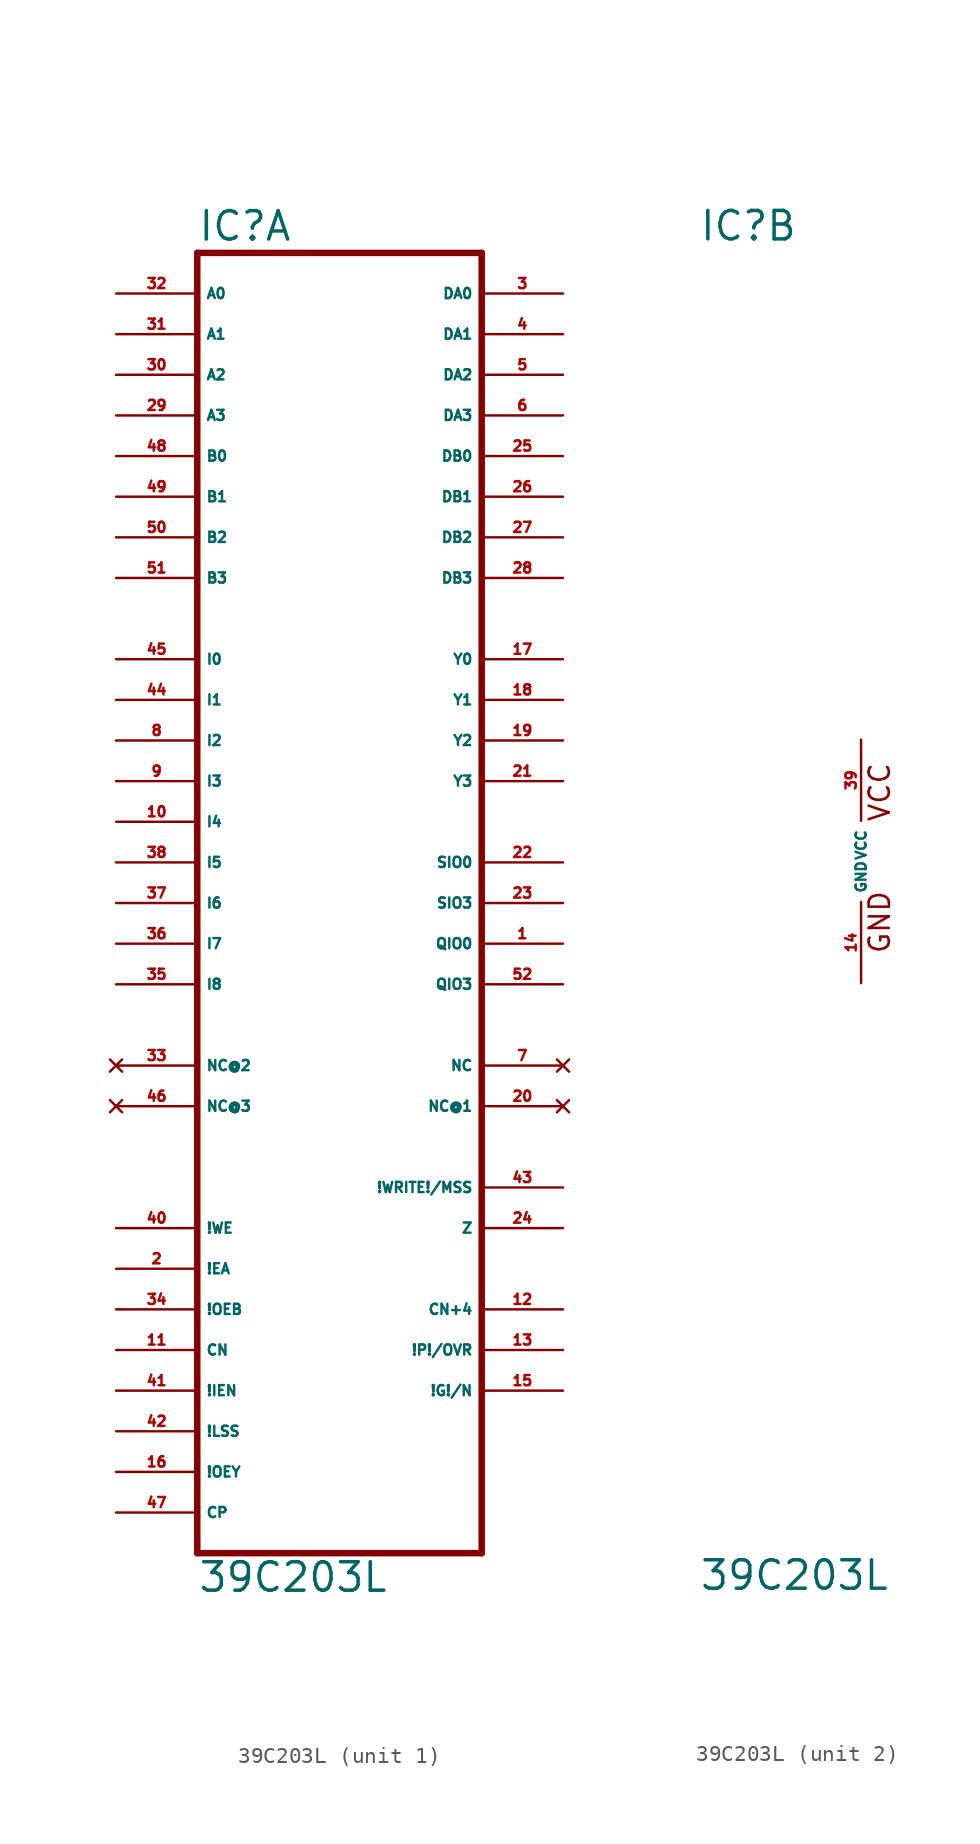
<source format=kicad_sym>
(kicad_symbol_lib
  (version 20220914)
  (generator Eagle2Kicad)
  (symbol "39C203L"
    (property "Reference" "IC"
      (at -10.16 38.735 0)
      (effects (font (size 1.778 1.778) (thickness 0.22)) (justify left bottom)))
    (property "Value" "39C203L"
      (at -10.16 -45.72 0)
      (effects (font (size 1.778 1.778) (thickness 0.22)) (justify left bottom)))
    (symbol "39C203L_1_0"
      (polyline (pts (xy -10.16 -43.18) (xy 7.62 -43.18)) (stroke (width 0.406) (type default)) (fill (type none)))
      (polyline (pts (xy 7.62 -43.18) (xy 7.62 38.1)) (stroke (width 0.406) (type default)) (fill (type none)))
      (polyline (pts (xy 7.62 38.1) (xy -10.16 38.1)) (stroke (width 0.406) (type default)) (fill (type none)))
      (polyline (pts (xy -10.16 38.1) (xy -10.16 -43.18)) (stroke (width 0.406) (type default)) (fill (type none)))
      (pin input line (at -15.24 33.02 0) (length 5.08) (name "A1" (effects (font (size 0.635 0.635) (thickness 0.08)) (justify left bottom))) (number "31" (effects (font (size 0.635 0.635) (thickness 0.08)) (justify left bottom))))
      (pin input line (at -15.24 30.48 0) (length 5.08) (name "A2" (effects (font (size 0.635 0.635) (thickness 0.08)) (justify left bottom))) (number "30" (effects (font (size 0.635 0.635) (thickness 0.08)) (justify left bottom))))
      (pin input line (at -15.24 27.94 0) (length 5.08) (name "A3" (effects (font (size 0.635 0.635) (thickness 0.08)) (justify left bottom))) (number "29" (effects (font (size 0.635 0.635) (thickness 0.08)) (justify left bottom))))
      (pin input line (at -15.24 25.4 0) (length 5.08) (name "B0" (effects (font (size 0.635 0.635) (thickness 0.08)) (justify left bottom))) (number "48" (effects (font (size 0.635 0.635) (thickness 0.08)) (justify left bottom))))
      (pin input line (at -15.24 22.86 0) (length 5.08) (name "B1" (effects (font (size 0.635 0.635) (thickness 0.08)) (justify left bottom))) (number "49" (effects (font (size 0.635 0.635) (thickness 0.08)) (justify left bottom))))
      (pin input line (at -15.24 20.32 0) (length 5.08) (name "B2" (effects (font (size 0.635 0.635) (thickness 0.08)) (justify left bottom))) (number "50" (effects (font (size 0.635 0.635) (thickness 0.08)) (justify left bottom))))
      (pin input line (at -15.24 17.78 0) (length 5.08) (name "B3" (effects (font (size 0.635 0.635) (thickness 0.08)) (justify left bottom))) (number "51" (effects (font (size 0.635 0.635) (thickness 0.08)) (justify left bottom))))
      (pin input line (at -15.24 12.7 0) (length 5.08) (name "I0" (effects (font (size 0.635 0.635) (thickness 0.08)) (justify left bottom))) (number "45" (effects (font (size 0.635 0.635) (thickness 0.08)) (justify left bottom))))
      (pin input line (at -15.24 10.16 0) (length 5.08) (name "I1" (effects (font (size 0.635 0.635) (thickness 0.08)) (justify left bottom))) (number "44" (effects (font (size 0.635 0.635) (thickness 0.08)) (justify left bottom))))
      (pin input line (at -15.24 7.62 0) (length 5.08) (name "I2" (effects (font (size 0.635 0.635) (thickness 0.08)) (justify left bottom))) (number "8" (effects (font (size 0.635 0.635) (thickness 0.08)) (justify left bottom))))
      (pin input line (at -15.24 5.08 0) (length 5.08) (name "I3" (effects (font (size 0.635 0.635) (thickness 0.08)) (justify left bottom))) (number "9" (effects (font (size 0.635 0.635) (thickness 0.08)) (justify left bottom))))
      (pin input line (at -15.24 2.54 0) (length 5.08) (name "I4" (effects (font (size 0.635 0.635) (thickness 0.08)) (justify left bottom))) (number "10" (effects (font (size 0.635 0.635) (thickness 0.08)) (justify left bottom))))
      (pin input line (at -15.24 0 0) (length 5.08) (name "I5" (effects (font (size 0.635 0.635) (thickness 0.08)) (justify left bottom))) (number "38" (effects (font (size 0.635 0.635) (thickness 0.08)) (justify left bottom))))
      (pin input line (at -15.24 -2.54 0) (length 5.08) (name "I6" (effects (font (size 0.635 0.635) (thickness 0.08)) (justify left bottom))) (number "37" (effects (font (size 0.635 0.635) (thickness 0.08)) (justify left bottom))))
      (pin input line (at -15.24 -5.08 0) (length 5.08) (name "I7" (effects (font (size 0.635 0.635) (thickness 0.08)) (justify left bottom))) (number "36" (effects (font (size 0.635 0.635) (thickness 0.08)) (justify left bottom))))
      (pin input line (at -15.24 -7.62 0) (length 5.08) (name "I8" (effects (font (size 0.635 0.635) (thickness 0.08)) (justify left bottom))) (number "35" (effects (font (size 0.635 0.635) (thickness 0.08)) (justify left bottom))))
      (pin input line (at -15.24 -22.86 0) (length 5.08) (name "!WE" (effects (font (size 0.635 0.635) (thickness 0.08)) (justify left bottom))) (number "40" (effects (font (size 0.635 0.635) (thickness 0.08)) (justify left bottom))))
      (pin input line (at -15.24 -25.4 0) (length 5.08) (name "!EA" (effects (font (size 0.635 0.635) (thickness 0.08)) (justify left bottom))) (number "2" (effects (font (size 0.635 0.635) (thickness 0.08)) (justify left bottom))))
      (pin input line (at -15.24 -27.94 0) (length 5.08) (name "!OEB" (effects (font (size 0.635 0.635) (thickness 0.08)) (justify left bottom))) (number "34" (effects (font (size 0.635 0.635) (thickness 0.08)) (justify left bottom))))
      (pin input line (at -15.24 -30.48 0) (length 5.08) (name "CN" (effects (font (size 0.635 0.635) (thickness 0.08)) (justify left bottom))) (number "11" (effects (font (size 0.635 0.635) (thickness 0.08)) (justify left bottom))))
      (pin input line (at -15.24 -33.02 0) (length 5.08) (name "!IEN" (effects (font (size 0.635 0.635) (thickness 0.08)) (justify left bottom))) (number "41" (effects (font (size 0.635 0.635) (thickness 0.08)) (justify left bottom))))
      (pin input line (at -15.24 -35.56 0) (length 5.08) (name "!LSS" (effects (font (size 0.635 0.635) (thickness 0.08)) (justify left bottom))) (number "42" (effects (font (size 0.635 0.635) (thickness 0.08)) (justify left bottom))))
      (pin input line (at -15.24 -38.1 0) (length 5.08) (name "!OEY" (effects (font (size 0.635 0.635) (thickness 0.08)) (justify left bottom))) (number "16" (effects (font (size 0.635 0.635) (thickness 0.08)) (justify left bottom))))
      (pin input line (at -15.24 -40.64 0) (length 5.08) (name "CP" (effects (font (size 0.635 0.635) (thickness 0.08)) (justify left bottom))) (number "47" (effects (font (size 0.635 0.635) (thickness 0.08)) (justify left bottom))))
      (pin bidirectional line (at 12.7 35.56 180) (length 5.08) (name "DA0" (effects (font (size 0.635 0.635) (thickness 0.08)) (justify left bottom))) (number "3" (effects (font (size 0.635 0.635) (thickness 0.08)) (justify left bottom))))
      (pin bidirectional line (at 12.7 33.02 180) (length 5.08) (name "DA1" (effects (font (size 0.635 0.635) (thickness 0.08)) (justify left bottom))) (number "4" (effects (font (size 0.635 0.635) (thickness 0.08)) (justify left bottom))))
      (pin bidirectional line (at 12.7 30.48 180) (length 5.08) (name "DA2" (effects (font (size 0.635 0.635) (thickness 0.08)) (justify left bottom))) (number "5" (effects (font (size 0.635 0.635) (thickness 0.08)) (justify left bottom))))
      (pin bidirectional line (at 12.7 27.94 180) (length 5.08) (name "DA3" (effects (font (size 0.635 0.635) (thickness 0.08)) (justify left bottom))) (number "6" (effects (font (size 0.635 0.635) (thickness 0.08)) (justify left bottom))))
      (pin bidirectional line (at 12.7 25.4 180) (length 5.08) (name "DB0" (effects (font (size 0.635 0.635) (thickness 0.08)) (justify left bottom))) (number "25" (effects (font (size 0.635 0.635) (thickness 0.08)) (justify left bottom))))
      (pin bidirectional line (at 12.7 22.86 180) (length 5.08) (name "DB1" (effects (font (size 0.635 0.635) (thickness 0.08)) (justify left bottom))) (number "26" (effects (font (size 0.635 0.635) (thickness 0.08)) (justify left bottom))))
      (pin bidirectional line (at 12.7 20.32 180) (length 5.08) (name "DB2" (effects (font (size 0.635 0.635) (thickness 0.08)) (justify left bottom))) (number "27" (effects (font (size 0.635 0.635) (thickness 0.08)) (justify left bottom))))
      (pin bidirectional line (at 12.7 17.78 180) (length 5.08) (name "DB3" (effects (font (size 0.635 0.635) (thickness 0.08)) (justify left bottom))) (number "28" (effects (font (size 0.635 0.635) (thickness 0.08)) (justify left bottom))))
      (pin bidirectional line (at 12.7 12.7 180) (length 5.08) (name "Y0" (effects (font (size 0.635 0.635) (thickness 0.08)) (justify left bottom))) (number "17" (effects (font (size 0.635 0.635) (thickness 0.08)) (justify left bottom))))
      (pin bidirectional line (at 12.7 10.16 180) (length 5.08) (name "Y1" (effects (font (size 0.635 0.635) (thickness 0.08)) (justify left bottom))) (number "18" (effects (font (size 0.635 0.635) (thickness 0.08)) (justify left bottom))))
      (pin bidirectional line (at 12.7 7.62 180) (length 5.08) (name "Y2" (effects (font (size 0.635 0.635) (thickness 0.08)) (justify left bottom))) (number "19" (effects (font (size 0.635 0.635) (thickness 0.08)) (justify left bottom))))
      (pin bidirectional line (at 12.7 5.08 180) (length 5.08) (name "Y3" (effects (font (size 0.635 0.635) (thickness 0.08)) (justify left bottom))) (number "21" (effects (font (size 0.635 0.635) (thickness 0.08)) (justify left bottom))))
      (pin bidirectional line (at 12.7 0 180) (length 5.08) (name "SIO0" (effects (font (size 0.635 0.635) (thickness 0.08)) (justify left bottom))) (number "22" (effects (font (size 0.635 0.635) (thickness 0.08)) (justify left bottom))))
      (pin bidirectional line (at 12.7 -2.54 180) (length 5.08) (name "SIO3" (effects (font (size 0.635 0.635) (thickness 0.08)) (justify left bottom))) (number "23" (effects (font (size 0.635 0.635) (thickness 0.08)) (justify left bottom))))
      (pin bidirectional line (at 12.7 -5.08 180) (length 5.08) (name "QIO0" (effects (font (size 0.635 0.635) (thickness 0.08)) (justify left bottom))) (number "1" (effects (font (size 0.635 0.635) (thickness 0.08)) (justify left bottom))))
      (pin bidirectional line (at 12.7 -7.62 180) (length 5.08) (name "QIO3" (effects (font (size 0.635 0.635) (thickness 0.08)) (justify left bottom))) (number "52" (effects (font (size 0.635 0.635) (thickness 0.08)) (justify left bottom))))
      (pin bidirectional line (at 12.7 -22.86 180) (length 5.08) (name "Z" (effects (font (size 0.635 0.635) (thickness 0.08)) (justify left bottom))) (number "24" (effects (font (size 0.635 0.635) (thickness 0.08)) (justify left bottom))))
      (pin bidirectional line (at 12.7 -20.32 180) (length 5.08) (name "!WRITE!/MSS" (effects (font (size 0.635 0.635) (thickness 0.08)) (justify left bottom))) (number "43" (effects (font (size 0.635 0.635) (thickness 0.08)) (justify left bottom))))
      (pin output line (at 12.7 -27.94 180) (length 5.08) (name "CN+4" (effects (font (size 0.635 0.635) (thickness 0.08)) (justify left bottom))) (number "12" (effects (font (size 0.635 0.635) (thickness 0.08)) (justify left bottom))))
      (pin output line (at 12.7 -33.02 180) (length 5.08) (name "!G!/N" (effects (font (size 0.635 0.635) (thickness 0.08)) (justify left bottom))) (number "15" (effects (font (size 0.635 0.635) (thickness 0.08)) (justify left bottom))))
      (pin output line (at 12.7 -30.48 180) (length 5.08) (name "!P!/OVR" (effects (font (size 0.635 0.635) (thickness 0.08)) (justify left bottom))) (number "13" (effects (font (size 0.635 0.635) (thickness 0.08)) (justify left bottom))))
      (pin no_connect line (at 12.7 -12.7 180) (length 5.08) (name "NC" (effects (font (size 0.635 0.635) (thickness 0.08)) (justify left bottom) hide)) (number "7" (effects (font (size 0.635 0.635) (thickness 0.08)) (justify left bottom) hide)))
      (pin no_connect line (at 12.7 -15.24 180) (length 5.08) (name "NC@1" (effects (font (size 0.635 0.635) (thickness 0.08)) (justify left bottom) hide)) (number "20" (effects (font (size 0.635 0.635) (thickness 0.08)) (justify left bottom) hide)))
      (pin no_connect line (at -15.24 -12.7 0) (length 5.08) (name "NC@2" (effects (font (size 0.635 0.635) (thickness 0.08)) (justify left bottom) hide)) (number "33" (effects (font (size 0.635 0.635) (thickness 0.08)) (justify left bottom) hide)))
      (pin no_connect line (at -15.24 -15.24 0) (length 5.08) (name "NC@3" (effects (font (size 0.635 0.635) (thickness 0.08)) (justify left bottom) hide)) (number "46" (effects (font (size 0.635 0.635) (thickness 0.08)) (justify left bottom) hide)))
      (pin input line (at -15.24 35.56 0) (length 5.08) (name "A0" (effects (font (size 0.635 0.635) (thickness 0.08)) (justify left bottom))) (number "32" (effects (font (size 0.635 0.635) (thickness 0.08)) (justify left bottom)))))
    (symbol "39C203L_2_0"
      (text "GND" (at 1.905 -5.842 900) (effects (font (size 1.27 1.27) (thickness 0.16)) (justify left bottom)))
      (text "VCC" (at 1.905 2.413 900) (effects (font (size 1.27 1.27) (thickness 0.16)) (justify left bottom)))
      (pin unspecified line (at 0 7.62 270) (length 5.08) (name "VCC" (effects (font (size 0.635 0.635) (thickness 0.08)) (justify left bottom))) (number "39" (effects (font (size 0.635 0.635) (thickness 0.08)) (justify left bottom))))
      (pin unspecified line (at 0 -7.62 90) (length 5.08) (name "GND" (effects (font (size 0.635 0.635) (thickness 0.08)) (justify left bottom))) (number "14" (effects (font (size 0.635 0.635) (thickness 0.08)) (justify left bottom)))))))
</source>
